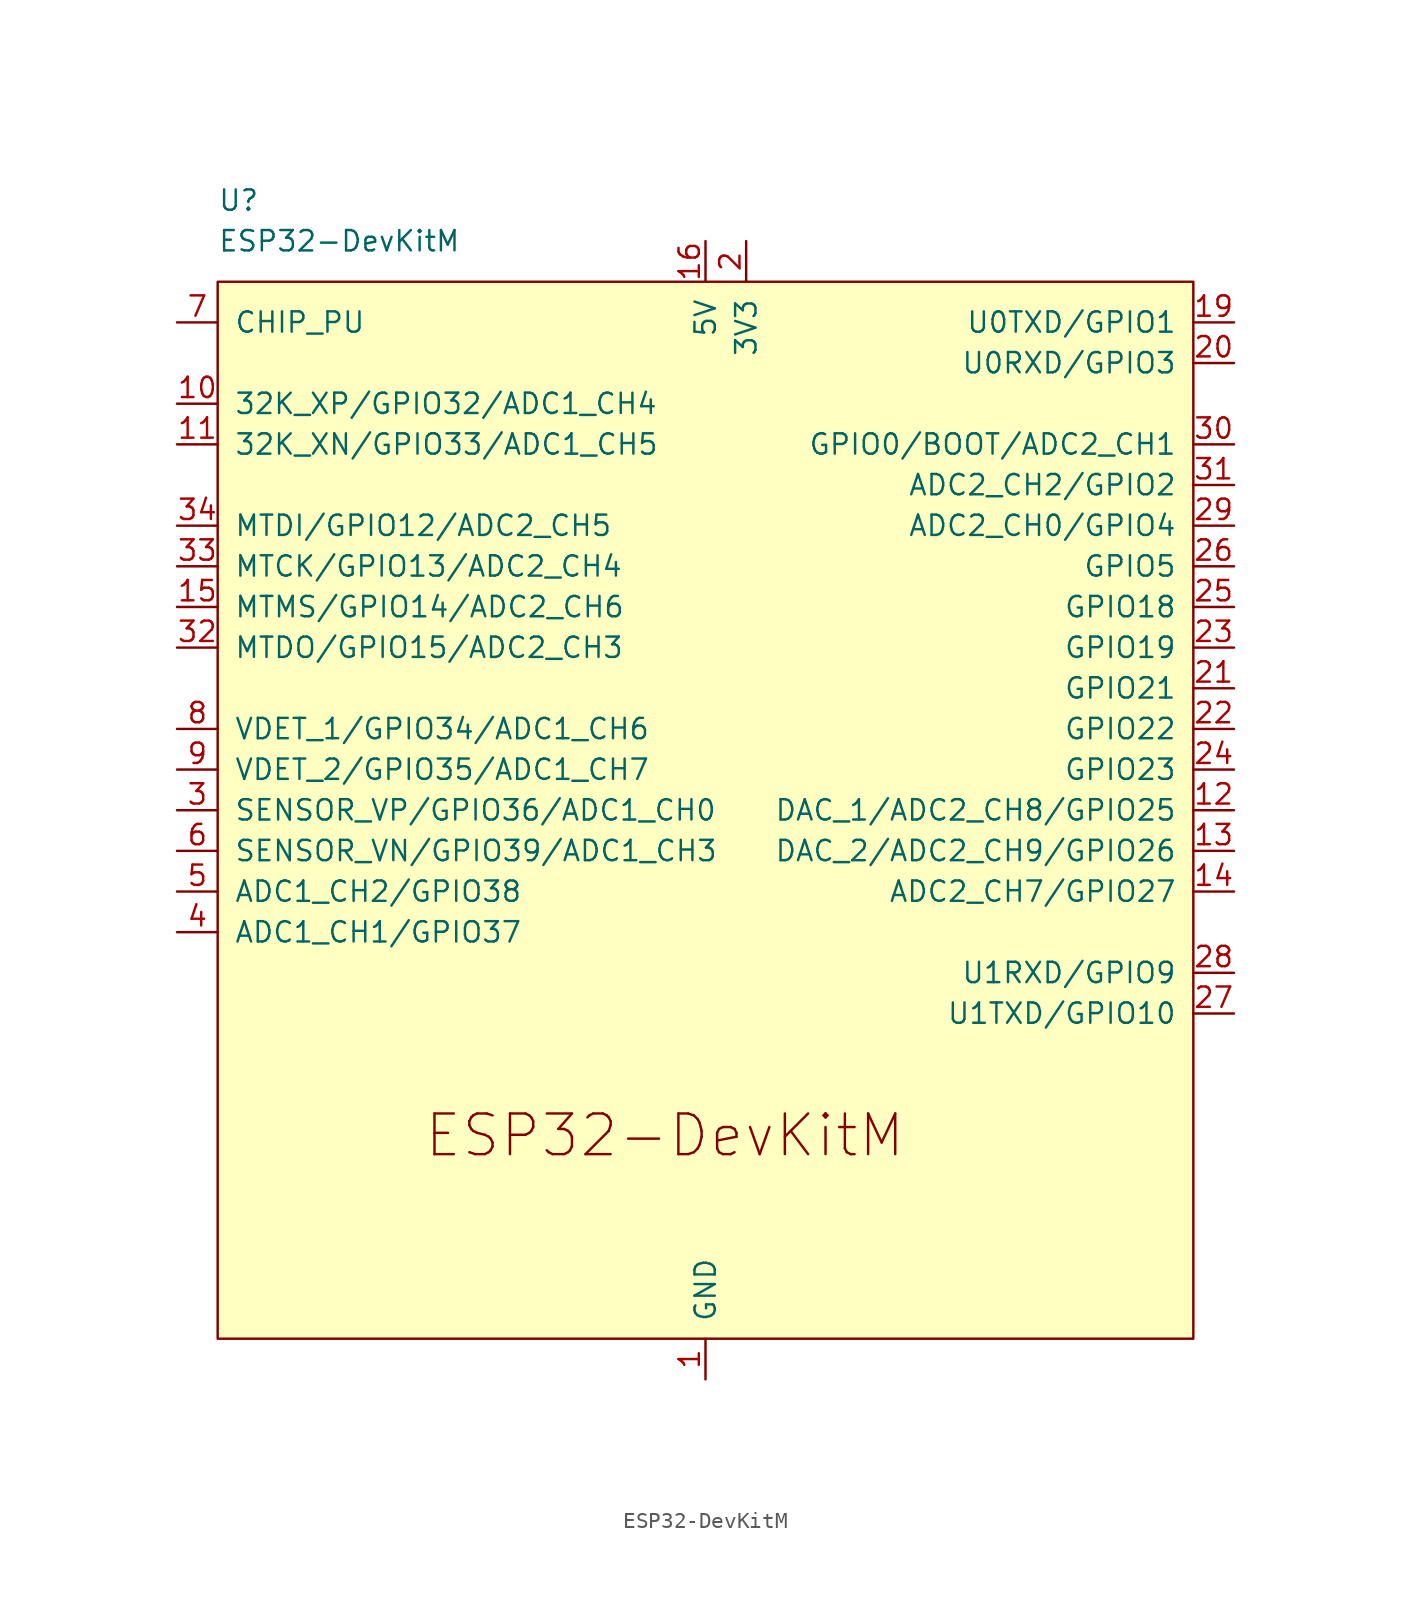
<source format=kicad_sym>
(kicad_symbol_lib
  (version 20220914)
  (generator kicad_symbol_editor)
  (symbol "ESP32-DevKitM"
    (pin_names
      (offset 1.016))
    (property "Reference" "U"
      (at -30.48 38.1 0)
      (effects (font (size 1.27 1.27)) (justify left)))
    (property "Value" "ESP32-DevKitM"
      (at -30.48 35.56 0)
      (effects (font (size 1.27 1.27)) (justify left)))
    (symbol "ESP32-DevKitM_0_1"
      (rectangle (start -30.48 33.02) (end 30.48 -33.02) (stroke (width 0) (type default)) (fill (type background))))
    (symbol "ESP32-DevKitM_1_0"
      (text "ESP32-DevKitM" (at -2.54 -20.32 0) (effects (font (size 2.54 2.54))))
      (pin power_in line (at 0 -35.56 90) (length 2.54) (name "GND" (effects (font (size 1.27 1.27)))) (number "1" (effects (font (size 1.27 1.27)))))
      (pin power_in line (at 0 35.56 270) (length 2.54) (name "5V" (effects (font (size 1.27 1.27)))) (number "16" (effects (font (size 1.27 1.27))))))
    (symbol "ESP32-DevKitM_1_1"
      (pin bidirectional line (at -33.02 25.4 0) (length 2.54) (name "32K_XP/GPIO32/ADC1_CH4" (effects (font (size 1.27 1.27)))) (number "10" (effects (font (size 1.27 1.27)))))
      (pin bidirectional line (at -33.02 22.86 0) (length 2.54) (name "32K_XN/GPIO33/ADC1_CH5" (effects (font (size 1.27 1.27)))) (number "11" (effects (font (size 1.27 1.27)))))
      (pin bidirectional line (at 33.02 0 180) (length 2.54) (name "DAC_1/ADC2_CH8/GPIO25" (effects (font (size 1.27 1.27)))) (number "12" (effects (font (size 1.27 1.27)))))
      (pin bidirectional line (at 33.02 -2.54 180) (length 2.54) (name "DAC_2/ADC2_CH9/GPIO26" (effects (font (size 1.27 1.27)))) (number "13" (effects (font (size 1.27 1.27)))))
      (pin bidirectional line (at 33.02 -5.08 180) (length 2.54) (name "ADC2_CH7/GPIO27" (effects (font (size 1.27 1.27)))) (number "14" (effects (font (size 1.27 1.27)))))
      (pin bidirectional line (at -33.02 12.7 0) (length 2.54) (name "MTMS/GPIO14/ADC2_CH6" (effects (font (size 1.27 1.27)))) (number "15" (effects (font (size 1.27 1.27)))))
      (pin passive line (at 0 -35.56 90) (length 2.54) hide (name "GND" (effects (font (size 1.27 1.27)))) (number "17" (effects (font (size 1.27 1.27)))))
      (pin passive line (at 0 -35.56 90) (length 2.54) hide (name "GND" (effects (font (size 1.27 1.27)))) (number "18" (effects (font (size 1.27 1.27)))))
      (pin bidirectional line (at 33.02 30.48 180) (length 2.54) (name "U0TXD/GPIO1" (effects (font (size 1.27 1.27)))) (number "19" (effects (font (size 1.27 1.27)))))
      (pin power_in line (at 2.54 35.56 270) (length 2.54) (name "3V3" (effects (font (size 1.27 1.27)))) (number "2" (effects (font (size 1.27 1.27)))))
      (pin bidirectional line (at 33.02 27.94 180) (length 2.54) (name "U0RXD/GPIO3" (effects (font (size 1.27 1.27)))) (number "20" (effects (font (size 1.27 1.27)))))
      (pin bidirectional line (at 33.02 7.62 180) (length 2.54) (name "GPIO21" (effects (font (size 1.27 1.27)))) (number "21" (effects (font (size 1.27 1.27)))))
      (pin bidirectional line (at 33.02 5.08 180) (length 2.54) (name "GPIO22" (effects (font (size 1.27 1.27)))) (number "22" (effects (font (size 1.27 1.27)))))
      (pin bidirectional line (at 33.02 10.16 180) (length 2.54) (name "GPIO19" (effects (font (size 1.27 1.27)))) (number "23" (effects (font (size 1.27 1.27)))))
      (pin bidirectional line (at 33.02 2.54 180) (length 2.54) (name "GPIO23" (effects (font (size 1.27 1.27)))) (number "24" (effects (font (size 1.27 1.27)))))
      (pin bidirectional line (at 33.02 12.7 180) (length 2.54) (name "GPIO18" (effects (font (size 1.27 1.27)))) (number "25" (effects (font (size 1.27 1.27)))))
      (pin bidirectional line (at 33.02 15.24 180) (length 2.54) (name "GPIO5" (effects (font (size 1.27 1.27)))) (number "26" (effects (font (size 1.27 1.27)))))
      (pin bidirectional line (at 33.02 -12.7 180) (length 2.54) (name "U1TXD/GPIO10" (effects (font (size 1.27 1.27)))) (number "27" (effects (font (size 1.27 1.27)))))
      (pin bidirectional line (at 33.02 -10.16 180) (length 2.54) (name "U1RXD/GPIO9" (effects (font (size 1.27 1.27)))) (number "28" (effects (font (size 1.27 1.27)))))
      (pin bidirectional line (at 33.02 17.78 180) (length 2.54) (name "ADC2_CH0/GPIO4" (effects (font (size 1.27 1.27)))) (number "29" (effects (font (size 1.27 1.27)))))
      (pin input line (at -33.02 0 0) (length 2.54) (name "SENSOR_VP/GPIO36/ADC1_CH0" (effects (font (size 1.27 1.27)))) (number "3" (effects (font (size 1.27 1.27)))))
      (pin bidirectional line (at 33.02 22.86 180) (length 2.54) (name "GPIO0/BOOT/ADC2_CH1" (effects (font (size 1.27 1.27)))) (number "30" (effects (font (size 1.27 1.27)))))
      (pin bidirectional line (at 33.02 20.32 180) (length 2.54) (name "ADC2_CH2/GPIO2" (effects (font (size 1.27 1.27)))) (number "31" (effects (font (size 1.27 1.27)))))
      (pin bidirectional line (at -33.02 10.16 0) (length 2.54) (name "MTDO/GPIO15/ADC2_CH3" (effects (font (size 1.27 1.27)))) (number "32" (effects (font (size 1.27 1.27)))))
      (pin bidirectional line (at -33.02 15.24 0) (length 2.54) (name "MTCK/GPIO13/ADC2_CH4" (effects (font (size 1.27 1.27)))) (number "33" (effects (font (size 1.27 1.27)))))
      (pin bidirectional line (at -33.02 17.78 0) (length 2.54) (name "MTDI/GPIO12/ADC2_CH5" (effects (font (size 1.27 1.27)))) (number "34" (effects (font (size 1.27 1.27)))))
      (pin bidirectional line (at -33.02 -7.62 0) (length 2.54) (name "ADC1_CH1/GPIO37" (effects (font (size 1.27 1.27)))) (number "4" (effects (font (size 1.27 1.27)))))
      (pin bidirectional line (at -33.02 -5.08 0) (length 2.54) (name "ADC1_CH2/GPIO38" (effects (font (size 1.27 1.27)))) (number "5" (effects (font (size 1.27 1.27)))))
      (pin input line (at -33.02 -2.54 0) (length 2.54) (name "SENSOR_VN/GPIO39/ADC1_CH3" (effects (font (size 1.27 1.27)))) (number "6" (effects (font (size 1.27 1.27)))))
      (pin input line (at -33.02 30.48 0) (length 2.54) (name "CHIP_PU" (effects (font (size 1.27 1.27)))) (number "7" (effects (font (size 1.27 1.27)))))
      (pin input line (at -33.02 5.08 0) (length 2.54) (name "VDET_1/GPIO34/ADC1_CH6" (effects (font (size 1.27 1.27)))) (number "8" (effects (font (size 1.27 1.27)))))
      (pin input line (at -33.02 2.54 0) (length 2.54) (name "VDET_2/GPIO35/ADC1_CH7" (effects (font (size 1.27 1.27)))) (number "9" (effects (font (size 1.27 1.27))))))))
</source>
